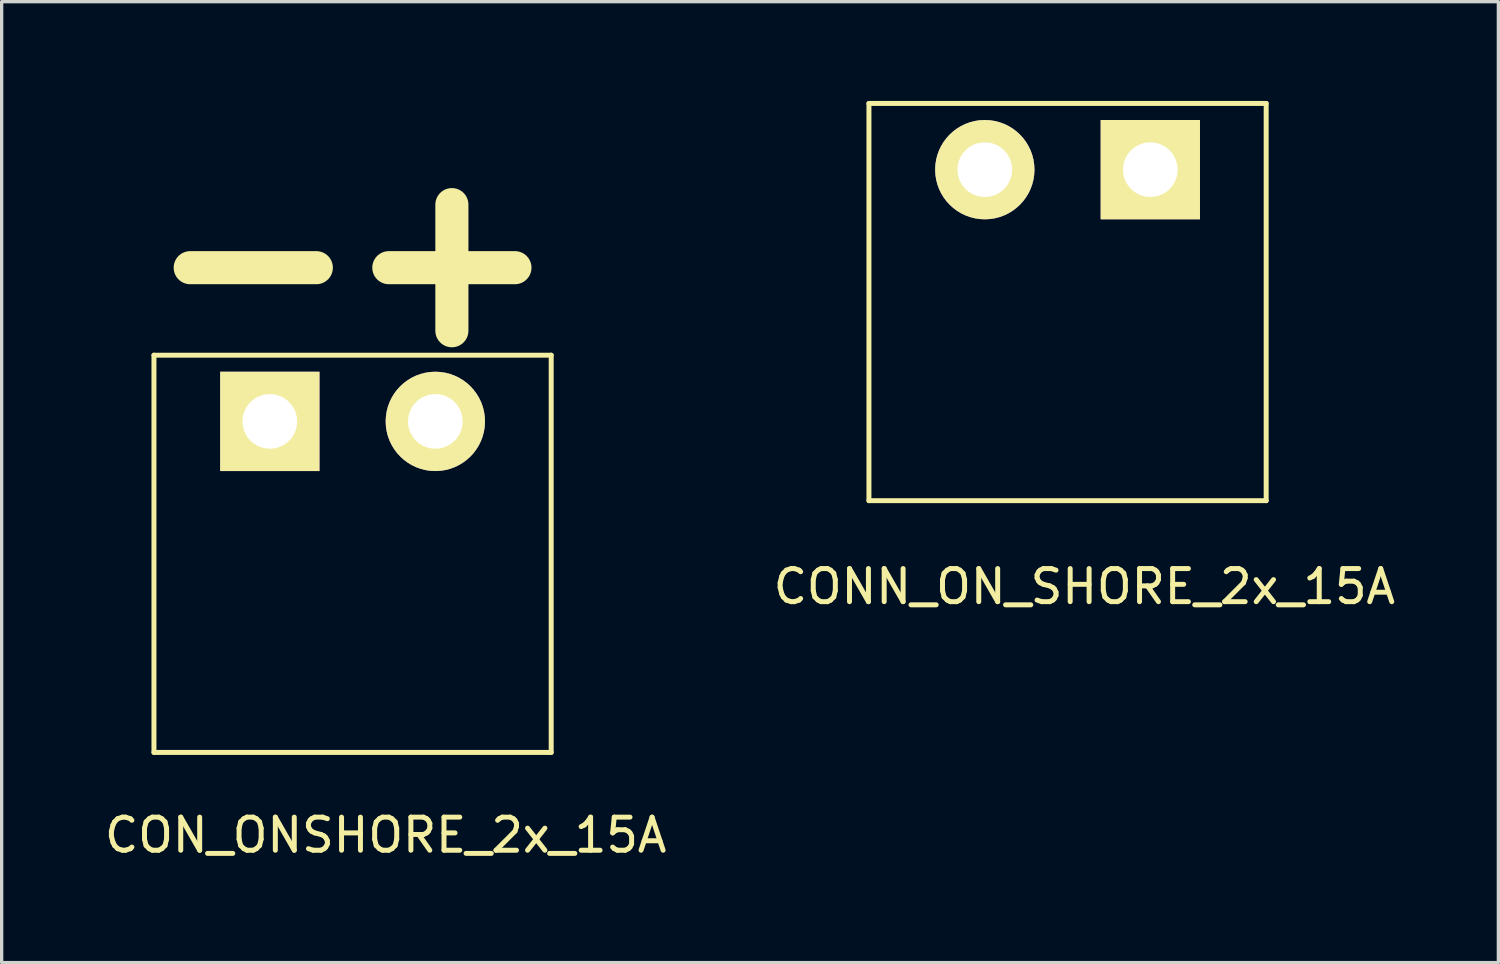
<source format=kicad_pcb>
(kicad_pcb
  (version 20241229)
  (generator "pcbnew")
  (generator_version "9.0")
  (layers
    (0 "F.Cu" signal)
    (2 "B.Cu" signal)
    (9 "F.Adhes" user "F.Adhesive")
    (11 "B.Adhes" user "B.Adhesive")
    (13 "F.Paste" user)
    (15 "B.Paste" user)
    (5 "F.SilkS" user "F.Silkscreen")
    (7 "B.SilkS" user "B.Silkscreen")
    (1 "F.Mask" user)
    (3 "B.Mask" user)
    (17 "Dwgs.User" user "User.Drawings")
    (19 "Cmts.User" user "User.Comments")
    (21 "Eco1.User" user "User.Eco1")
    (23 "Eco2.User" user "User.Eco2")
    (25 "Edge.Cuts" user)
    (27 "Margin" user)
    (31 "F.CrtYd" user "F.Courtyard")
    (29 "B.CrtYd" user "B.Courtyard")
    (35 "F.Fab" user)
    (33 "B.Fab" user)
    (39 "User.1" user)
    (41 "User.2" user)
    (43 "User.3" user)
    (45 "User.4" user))
  (footprint "CONN_ON_SHORE_2x_15A"
    (layer "F.Cu")
    (at 29.2 2.075)
    (property "Reference" "CONN_ON_SHORE_2x_15A" (at 0.508 12.596 0) (layer "F.SilkS") (effects (font (size 1 1) (thickness 0.15))))
    (attr through_hole)
    (fp_line (start -6 -2) (end -6 10) (stroke (width 0.15) (type solid)) (layer "F.SilkS"))
    (fp_line (start -6 -2) (end 6 -2) (stroke (width 0.15) (type solid)) (layer "F.SilkS"))
    (fp_line (start 6 -2) (end 6 10) (stroke (width 0.15) (type solid)) (layer "F.SilkS"))
    (fp_line (start 6 10) (end -6 10) (stroke (width 0.15) (type solid)) (layer "F.SilkS"))
    (pad "1" thru_hole circle (at -2.5 0) (size 3 3) (drill 1.65) (layers "*.Cu" "*.Mask" "F.SilkS"))
    (pad "2" thru_hole rect (at 2.5 0) (size 3 3) (drill 1.65) (layers "*.Cu" "*.Mask" "F.SilkS")))
  (footprint "CON_ONSHORE_2x_15A"
    (layer "F.Cu")
    (at 7.601 9.68)
    (property "Reference" "CON_ONSHORE_2x_15A" (at 1 12.5 0) (layer "F.SilkS") (effects (font (size 1 1) (thickness 0.15))))
    (attr through_hole)
    (fp_line (start -6 -2) (end -6 10) (stroke (width 0.15) (type solid)) (layer "F.SilkS"))
    (fp_line (start -6 -2) (end 6 -2) (stroke (width 0.15) (type solid)) (layer "F.SilkS"))
    (fp_line (start 6 -2) (end 6 10) (stroke (width 0.15) (type solid)) (layer "F.SilkS"))
    (fp_line (start 6 10) (end -6 10) (stroke (width 0.15) (type solid)) (layer "F.SilkS"))
    (fp_text user "-" (at -3 -5 0) (layer "F.SilkS") (effects (font (size 5 5) (thickness 1))))
    (fp_text user "+" (at 3 -5 0) (layer "F.SilkS") (effects (font (size 5 5) (thickness 1))))
    (pad "1" thru_hole rect (at -2.5 0) (size 3 3) (drill 1.65) (layers "*.Cu" "*.Mask" "F.SilkS"))
    (pad "2" thru_hole circle (at 2.5 0) (size 3 3) (drill 1.65) (layers "*.Cu" "*.Mask" "F.SilkS")))
  (gr_rect
    (start -3 -3)
    (end 42.214 26.028)
    (stroke (width 0.1) (type default))
    (fill no)
    (layer "Edge.Cuts")))
</source>
